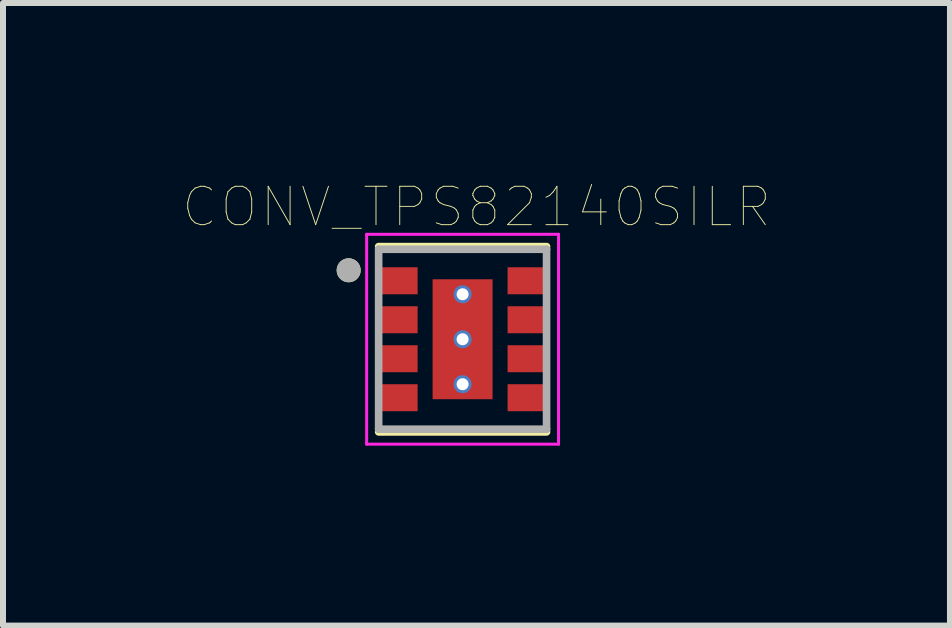
<source format=kicad_pcb>
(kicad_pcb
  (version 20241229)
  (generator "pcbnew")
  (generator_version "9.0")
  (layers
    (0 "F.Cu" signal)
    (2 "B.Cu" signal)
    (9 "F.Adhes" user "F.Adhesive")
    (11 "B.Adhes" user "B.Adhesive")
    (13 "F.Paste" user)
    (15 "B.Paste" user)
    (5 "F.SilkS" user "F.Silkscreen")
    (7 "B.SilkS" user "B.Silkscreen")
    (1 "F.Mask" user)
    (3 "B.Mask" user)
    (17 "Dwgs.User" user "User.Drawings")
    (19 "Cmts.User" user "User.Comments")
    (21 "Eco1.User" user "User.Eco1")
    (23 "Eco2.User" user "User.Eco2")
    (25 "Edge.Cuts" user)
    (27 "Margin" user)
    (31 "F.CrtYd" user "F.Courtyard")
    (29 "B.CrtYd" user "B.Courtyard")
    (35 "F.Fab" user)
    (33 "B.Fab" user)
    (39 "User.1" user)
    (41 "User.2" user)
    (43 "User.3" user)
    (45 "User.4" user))
  (footprint "CONV_TPS82140SILR"
    (layer "F.Cu")
    (at 4.664 2.607)
    (property "Reference" "CONV_TPS82140SILR" (at 0.232 -2.206 0) (layer "F.SilkS") (effects (font (size 0.64 0.64) (thickness 0.015))))
    (attr smd)
    (fp_poly (pts (xy -0.55 -0.95) (xy 0.55 -0.95) (xy 0.55 0.95) (xy -0.55 0.95)) (stroke (width 0.01) (type solid)) (fill yes) (layer "F.Mask"))
    (fp_poly (pts (xy -0.85 -0.775) (xy -1.25 -0.775) (xy -1.253 -0.775) (xy -1.255 -0.775) (xy -1.258 -0.776) (xy -1.26 -0.776) (xy -1.263 -0.777) (xy -1.265 -0.777) (xy -1.268 -0.778) (xy -1.27 -0.779) (xy -1.273 -0.78) (xy -1.275 -0.782) (xy -1.277 -0.783) (xy -1.279 -0.785) (xy -1.281 -0.786) (xy -1.283 -0.788) (xy -1.285 -0.79) (xy -1.287 -0.792) (xy -1.289 -0.794) (xy -1.29 -0.796) (xy -1.292 -0.798) (xy -1.293 -0.8) (xy -1.295 -0.802) (xy -1.296 -0.805) (xy -1.297 -0.807) (xy -1.298 -0.81) (xy -1.298 -0.812) (xy -1.299 -0.815) (xy -1.299 -0.817) (xy -1.3 -0.82) (xy -1.3 -0.822) (xy -1.3 -0.825) (xy -1.3 -1.125) (xy -1.3 -1.128) (xy -1.3 -1.13) (xy -1.299 -1.133) (xy -1.299 -1.135) (xy -1.298 -1.138) (xy -1.298 -1.14) (xy -1.297 -1.143) (xy -1.296 -1.145) (xy -1.295 -1.148) (xy -1.293 -1.15) (xy -1.292 -1.152) (xy -1.29 -1.154) (xy -1.289 -1.156) (xy -1.287 -1.158) (xy -1.285 -1.16) (xy -1.283 -1.162) (xy -1.281 -1.164) (xy -1.279 -1.165) (xy -1.277 -1.167) (xy -1.275 -1.168) (xy -1.273 -1.17) (xy -1.27 -1.171) (xy -1.268 -1.172) (xy -1.265 -1.173) (xy -1.263 -1.173) (xy -1.26 -1.174) (xy -1.258 -1.174) (xy -1.255 -1.175) (xy -1.253 -1.175) (xy -1.25 -1.175) (xy -0.85 -1.175) (xy -0.847 -1.175) (xy -0.845 -1.175) (xy -0.842 -1.174) (xy -0.84 -1.174) (xy -0.837 -1.173) (xy -0.835 -1.173) (xy -0.832 -1.172) (xy -0.83 -1.171) (xy -0.827 -1.17) (xy -0.825 -1.168) (xy -0.823 -1.167) (xy -0.821 -1.165) (xy -0.819 -1.164) (xy -0.817 -1.162) (xy -0.815 -1.16) (xy -0.813 -1.158) (xy -0.811 -1.156) (xy -0.81 -1.154) (xy -0.808 -1.152) (xy -0.807 -1.15) (xy -0.805 -1.148) (xy -0.804 -1.145) (xy -0.803 -1.143) (xy -0.802 -1.14) (xy -0.802 -1.138) (xy -0.801 -1.135) (xy -0.801 -1.133) (xy -0.8 -1.13) (xy -0.8 -1.128) (xy -0.8 -1.125) (xy -0.8 -0.825) (xy -0.8 -0.822) (xy -0.8 -0.82) (xy -0.801 -0.817) (xy -0.801 -0.815) (xy -0.802 -0.812) (xy -0.802 -0.81) (xy -0.803 -0.807) (xy -0.804 -0.805) (xy -0.805 -0.802) (xy -0.807 -0.8) (xy -0.808 -0.798) (xy -0.81 -0.796) (xy -0.811 -0.794) (xy -0.813 -0.792) (xy -0.815 -0.79) (xy -0.817 -0.788) (xy -0.819 -0.786) (xy -0.821 -0.785) (xy -0.823 -0.783) (xy -0.825 -0.782) (xy -0.827 -0.78) (xy -0.83 -0.779) (xy -0.832 -0.778) (xy -0.835 -0.777) (xy -0.837 -0.777) (xy -0.84 -0.776) (xy -0.842 -0.776) (xy -0.845 -0.775) (xy -0.847 -0.775) (xy -0.85 -0.775)) (stroke (width 0.01) (type solid)) (fill yes) (layer "F.Mask"))
    (fp_poly (pts (xy -0.85 -0.125) (xy -1.25 -0.125) (xy -1.253 -0.125) (xy -1.255 -0.125) (xy -1.258 -0.126) (xy -1.26 -0.126) (xy -1.263 -0.127) (xy -1.265 -0.127) (xy -1.268 -0.128) (xy -1.27 -0.129) (xy -1.273 -0.13) (xy -1.275 -0.132) (xy -1.277 -0.133) (xy -1.279 -0.135) (xy -1.281 -0.136) (xy -1.283 -0.138) (xy -1.285 -0.14) (xy -1.287 -0.142) (xy -1.289 -0.144) (xy -1.29 -0.146) (xy -1.292 -0.148) (xy -1.293 -0.15) (xy -1.295 -0.152) (xy -1.296 -0.155) (xy -1.297 -0.157) (xy -1.298 -0.16) (xy -1.298 -0.162) (xy -1.299 -0.165) (xy -1.299 -0.167) (xy -1.3 -0.17) (xy -1.3 -0.172) (xy -1.3 -0.175) (xy -1.3 -0.475) (xy -1.3 -0.478) (xy -1.3 -0.48) (xy -1.299 -0.483) (xy -1.299 -0.485) (xy -1.298 -0.488) (xy -1.298 -0.49) (xy -1.297 -0.493) (xy -1.296 -0.495) (xy -1.295 -0.498) (xy -1.293 -0.5) (xy -1.292 -0.502) (xy -1.29 -0.504) (xy -1.289 -0.506) (xy -1.287 -0.508) (xy -1.285 -0.51) (xy -1.283 -0.512) (xy -1.281 -0.514) (xy -1.279 -0.515) (xy -1.277 -0.517) (xy -1.275 -0.518) (xy -1.273 -0.52) (xy -1.27 -0.521) (xy -1.268 -0.522) (xy -1.265 -0.523) (xy -1.263 -0.523) (xy -1.26 -0.524) (xy -1.258 -0.524) (xy -1.255 -0.525) (xy -1.253 -0.525) (xy -1.25 -0.525) (xy -0.85 -0.525) (xy -0.847 -0.525) (xy -0.845 -0.525) (xy -0.842 -0.524) (xy -0.84 -0.524) (xy -0.837 -0.523) (xy -0.835 -0.523) (xy -0.832 -0.522) (xy -0.83 -0.521) (xy -0.827 -0.52) (xy -0.825 -0.518) (xy -0.823 -0.517) (xy -0.821 -0.515) (xy -0.819 -0.514) (xy -0.817 -0.512) (xy -0.815 -0.51) (xy -0.813 -0.508) (xy -0.811 -0.506) (xy -0.81 -0.504) (xy -0.808 -0.502) (xy -0.807 -0.5) (xy -0.805 -0.498) (xy -0.804 -0.495) (xy -0.803 -0.493) (xy -0.802 -0.49) (xy -0.802 -0.488) (xy -0.801 -0.485) (xy -0.801 -0.483) (xy -0.8 -0.48) (xy -0.8 -0.478) (xy -0.8 -0.475) (xy -0.8 -0.175) (xy -0.8 -0.172) (xy -0.8 -0.17) (xy -0.801 -0.167) (xy -0.801 -0.165) (xy -0.802 -0.162) (xy -0.802 -0.16) (xy -0.803 -0.157) (xy -0.804 -0.155) (xy -0.805 -0.152) (xy -0.807 -0.15) (xy -0.808 -0.148) (xy -0.81 -0.146) (xy -0.811 -0.144) (xy -0.813 -0.142) (xy -0.815 -0.14) (xy -0.817 -0.138) (xy -0.819 -0.136) (xy -0.821 -0.135) (xy -0.823 -0.133) (xy -0.825 -0.132) (xy -0.827 -0.13) (xy -0.83 -0.129) (xy -0.832 -0.128) (xy -0.835 -0.127) (xy -0.837 -0.127) (xy -0.84 -0.126) (xy -0.842 -0.126) (xy -0.845 -0.125) (xy -0.847 -0.125) (xy -0.85 -0.125)) (stroke (width 0.01) (type solid)) (fill yes) (layer "F.Mask"))
    (fp_poly (pts (xy -0.85 0.525) (xy -1.25 0.525) (xy -1.253 0.525) (xy -1.255 0.525) (xy -1.258 0.524) (xy -1.26 0.524) (xy -1.263 0.523) (xy -1.265 0.523) (xy -1.268 0.522) (xy -1.27 0.521) (xy -1.273 0.52) (xy -1.275 0.518) (xy -1.277 0.517) (xy -1.279 0.515) (xy -1.281 0.514) (xy -1.283 0.512) (xy -1.285 0.51) (xy -1.287 0.508) (xy -1.289 0.506) (xy -1.29 0.504) (xy -1.292 0.502) (xy -1.293 0.5) (xy -1.295 0.498) (xy -1.296 0.495) (xy -1.297 0.493) (xy -1.298 0.49) (xy -1.298 0.488) (xy -1.299 0.485) (xy -1.299 0.483) (xy -1.3 0.48) (xy -1.3 0.478) (xy -1.3 0.475) (xy -1.3 0.175) (xy -1.3 0.172) (xy -1.3 0.17) (xy -1.299 0.167) (xy -1.299 0.165) (xy -1.298 0.162) (xy -1.298 0.16) (xy -1.297 0.157) (xy -1.296 0.155) (xy -1.295 0.152) (xy -1.293 0.15) (xy -1.292 0.148) (xy -1.29 0.146) (xy -1.289 0.144) (xy -1.287 0.142) (xy -1.285 0.14) (xy -1.283 0.138) (xy -1.281 0.136) (xy -1.279 0.135) (xy -1.277 0.133) (xy -1.275 0.132) (xy -1.273 0.13) (xy -1.27 0.129) (xy -1.268 0.128) (xy -1.265 0.127) (xy -1.263 0.127) (xy -1.26 0.126) (xy -1.258 0.126) (xy -1.255 0.125) (xy -1.253 0.125) (xy -1.25 0.125) (xy -0.85 0.125) (xy -0.847 0.125) (xy -0.845 0.125) (xy -0.842 0.126) (xy -0.84 0.126) (xy -0.837 0.127) (xy -0.835 0.127) (xy -0.832 0.128) (xy -0.83 0.129) (xy -0.827 0.13) (xy -0.825 0.132) (xy -0.823 0.133) (xy -0.821 0.135) (xy -0.819 0.136) (xy -0.817 0.138) (xy -0.815 0.14) (xy -0.813 0.142) (xy -0.811 0.144) (xy -0.81 0.146) (xy -0.808 0.148) (xy -0.807 0.15) (xy -0.805 0.152) (xy -0.804 0.155) (xy -0.803 0.157) (xy -0.802 0.16) (xy -0.802 0.162) (xy -0.801 0.165) (xy -0.801 0.167) (xy -0.8 0.17) (xy -0.8 0.172) (xy -0.8 0.175) (xy -0.8 0.475) (xy -0.8 0.478) (xy -0.8 0.48) (xy -0.801 0.483) (xy -0.801 0.485) (xy -0.802 0.488) (xy -0.802 0.49) (xy -0.803 0.493) (xy -0.804 0.495) (xy -0.805 0.498) (xy -0.807 0.5) (xy -0.808 0.502) (xy -0.81 0.504) (xy -0.811 0.506) (xy -0.813 0.508) (xy -0.815 0.51) (xy -0.817 0.512) (xy -0.819 0.514) (xy -0.821 0.515) (xy -0.823 0.517) (xy -0.825 0.518) (xy -0.827 0.52) (xy -0.83 0.521) (xy -0.832 0.522) (xy -0.835 0.523) (xy -0.837 0.523) (xy -0.84 0.524) (xy -0.842 0.524) (xy -0.845 0.525) (xy -0.847 0.525) (xy -0.85 0.525)) (stroke (width 0.01) (type solid)) (fill yes) (layer "F.Mask"))
    (fp_poly (pts (xy -0.85 1.175) (xy -1.25 1.175) (xy -1.253 1.175) (xy -1.255 1.175) (xy -1.258 1.174) (xy -1.26 1.174) (xy -1.263 1.173) (xy -1.265 1.173) (xy -1.268 1.172) (xy -1.27 1.171) (xy -1.273 1.17) (xy -1.275 1.168) (xy -1.277 1.167) (xy -1.279 1.165) (xy -1.281 1.164) (xy -1.283 1.162) (xy -1.285 1.16) (xy -1.287 1.158) (xy -1.289 1.156) (xy -1.29 1.154) (xy -1.292 1.152) (xy -1.293 1.15) (xy -1.295 1.148) (xy -1.296 1.145) (xy -1.297 1.143) (xy -1.298 1.14) (xy -1.298 1.138) (xy -1.299 1.135) (xy -1.299 1.133) (xy -1.3 1.13) (xy -1.3 1.128) (xy -1.3 1.125) (xy -1.3 0.825) (xy -1.3 0.822) (xy -1.3 0.82) (xy -1.299 0.817) (xy -1.299 0.815) (xy -1.298 0.812) (xy -1.298 0.81) (xy -1.297 0.807) (xy -1.296 0.805) (xy -1.295 0.802) (xy -1.293 0.8) (xy -1.292 0.798) (xy -1.29 0.796) (xy -1.289 0.794) (xy -1.287 0.792) (xy -1.285 0.79) (xy -1.283 0.788) (xy -1.281 0.786) (xy -1.279 0.785) (xy -1.277 0.783) (xy -1.275 0.782) (xy -1.273 0.78) (xy -1.27 0.779) (xy -1.268 0.778) (xy -1.265 0.777) (xy -1.263 0.777) (xy -1.26 0.776) (xy -1.258 0.776) (xy -1.255 0.775) (xy -1.253 0.775) (xy -1.25 0.775) (xy -0.85 0.775) (xy -0.847 0.775) (xy -0.845 0.775) (xy -0.842 0.776) (xy -0.84 0.776) (xy -0.837 0.777) (xy -0.835 0.777) (xy -0.832 0.778) (xy -0.83 0.779) (xy -0.827 0.78) (xy -0.825 0.782) (xy -0.823 0.783) (xy -0.821 0.785) (xy -0.819 0.786) (xy -0.817 0.788) (xy -0.815 0.79) (xy -0.813 0.792) (xy -0.811 0.794) (xy -0.81 0.796) (xy -0.808 0.798) (xy -0.807 0.8) (xy -0.805 0.802) (xy -0.804 0.805) (xy -0.803 0.807) (xy -0.802 0.81) (xy -0.802 0.812) (xy -0.801 0.815) (xy -0.801 0.817) (xy -0.8 0.82) (xy -0.8 0.822) (xy -0.8 0.825) (xy -0.8 1.125) (xy -0.8 1.128) (xy -0.8 1.13) (xy -0.801 1.133) (xy -0.801 1.135) (xy -0.802 1.138) (xy -0.802 1.14) (xy -0.803 1.143) (xy -0.804 1.145) (xy -0.805 1.148) (xy -0.807 1.15) (xy -0.808 1.152) (xy -0.81 1.154) (xy -0.811 1.156) (xy -0.813 1.158) (xy -0.815 1.16) (xy -0.817 1.162) (xy -0.819 1.164) (xy -0.821 1.165) (xy -0.823 1.167) (xy -0.825 1.168) (xy -0.827 1.17) (xy -0.83 1.171) (xy -0.832 1.172) (xy -0.835 1.173) (xy -0.837 1.173) (xy -0.84 1.174) (xy -0.842 1.174) (xy -0.845 1.175) (xy -0.847 1.175) (xy -0.85 1.175)) (stroke (width 0.01) (type solid)) (fill yes) (layer "F.Mask"))
    (fp_poly (pts (xy 1.25 -0.775) (xy 0.85 -0.775) (xy 0.847 -0.775) (xy 0.845 -0.775) (xy 0.842 -0.776) (xy 0.84 -0.776) (xy 0.837 -0.777) (xy 0.835 -0.777) (xy 0.832 -0.778) (xy 0.83 -0.779) (xy 0.827 -0.78) (xy 0.825 -0.782) (xy 0.823 -0.783) (xy 0.821 -0.785) (xy 0.819 -0.786) (xy 0.817 -0.788) (xy 0.815 -0.79) (xy 0.813 -0.792) (xy 0.811 -0.794) (xy 0.81 -0.796) (xy 0.808 -0.798) (xy 0.807 -0.8) (xy 0.805 -0.802) (xy 0.804 -0.805) (xy 0.803 -0.807) (xy 0.802 -0.81) (xy 0.802 -0.812) (xy 0.801 -0.815) (xy 0.801 -0.817) (xy 0.8 -0.82) (xy 0.8 -0.822) (xy 0.8 -0.825) (xy 0.8 -1.125) (xy 0.8 -1.128) (xy 0.8 -1.13) (xy 0.801 -1.133) (xy 0.801 -1.135) (xy 0.802 -1.138) (xy 0.802 -1.14) (xy 0.803 -1.143) (xy 0.804 -1.145) (xy 0.805 -1.148) (xy 0.807 -1.15) (xy 0.808 -1.152) (xy 0.81 -1.154) (xy 0.811 -1.156) (xy 0.813 -1.158) (xy 0.815 -1.16) (xy 0.817 -1.162) (xy 0.819 -1.164) (xy 0.821 -1.165) (xy 0.823 -1.167) (xy 0.825 -1.168) (xy 0.827 -1.17) (xy 0.83 -1.171) (xy 0.832 -1.172) (xy 0.835 -1.173) (xy 0.837 -1.173) (xy 0.84 -1.174) (xy 0.842 -1.174) (xy 0.845 -1.175) (xy 0.847 -1.175) (xy 0.85 -1.175) (xy 1.25 -1.175) (xy 1.253 -1.175) (xy 1.255 -1.175) (xy 1.258 -1.174) (xy 1.26 -1.174) (xy 1.263 -1.173) (xy 1.265 -1.173) (xy 1.268 -1.172) (xy 1.27 -1.171) (xy 1.273 -1.17) (xy 1.275 -1.168) (xy 1.277 -1.167) (xy 1.279 -1.165) (xy 1.281 -1.164) (xy 1.283 -1.162) (xy 1.285 -1.16) (xy 1.287 -1.158) (xy 1.289 -1.156) (xy 1.29 -1.154) (xy 1.292 -1.152) (xy 1.293 -1.15) (xy 1.295 -1.148) (xy 1.296 -1.145) (xy 1.297 -1.143) (xy 1.298 -1.14) (xy 1.298 -1.138) (xy 1.299 -1.135) (xy 1.299 -1.133) (xy 1.3 -1.13) (xy 1.3 -1.128) (xy 1.3 -1.125) (xy 1.3 -0.825) (xy 1.3 -0.822) (xy 1.3 -0.82) (xy 1.299 -0.817) (xy 1.299 -0.815) (xy 1.298 -0.812) (xy 1.298 -0.81) (xy 1.297 -0.807) (xy 1.296 -0.805) (xy 1.295 -0.802) (xy 1.293 -0.8) (xy 1.292 -0.798) (xy 1.29 -0.796) (xy 1.289 -0.794) (xy 1.287 -0.792) (xy 1.285 -0.79) (xy 1.283 -0.788) (xy 1.281 -0.786) (xy 1.279 -0.785) (xy 1.277 -0.783) (xy 1.275 -0.782) (xy 1.273 -0.78) (xy 1.27 -0.779) (xy 1.268 -0.778) (xy 1.265 -0.777) (xy 1.263 -0.777) (xy 1.26 -0.776) (xy 1.258 -0.776) (xy 1.255 -0.775) (xy 1.253 -0.775) (xy 1.25 -0.775)) (stroke (width 0.01) (type solid)) (fill yes) (layer "F.Mask"))
    (fp_poly (pts (xy 1.25 -0.125) (xy 0.85 -0.125) (xy 0.847 -0.125) (xy 0.845 -0.125) (xy 0.842 -0.126) (xy 0.84 -0.126) (xy 0.837 -0.127) (xy 0.835 -0.127) (xy 0.832 -0.128) (xy 0.83 -0.129) (xy 0.827 -0.13) (xy 0.825 -0.132) (xy 0.823 -0.133) (xy 0.821 -0.135) (xy 0.819 -0.136) (xy 0.817 -0.138) (xy 0.815 -0.14) (xy 0.813 -0.142) (xy 0.811 -0.144) (xy 0.81 -0.146) (xy 0.808 -0.148) (xy 0.807 -0.15) (xy 0.805 -0.152) (xy 0.804 -0.155) (xy 0.803 -0.157) (xy 0.802 -0.16) (xy 0.802 -0.162) (xy 0.801 -0.165) (xy 0.801 -0.167) (xy 0.8 -0.17) (xy 0.8 -0.172) (xy 0.8 -0.175) (xy 0.8 -0.475) (xy 0.8 -0.478) (xy 0.8 -0.48) (xy 0.801 -0.483) (xy 0.801 -0.485) (xy 0.802 -0.488) (xy 0.802 -0.49) (xy 0.803 -0.493) (xy 0.804 -0.495) (xy 0.805 -0.498) (xy 0.807 -0.5) (xy 0.808 -0.502) (xy 0.81 -0.504) (xy 0.811 -0.506) (xy 0.813 -0.508) (xy 0.815 -0.51) (xy 0.817 -0.512) (xy 0.819 -0.514) (xy 0.821 -0.515) (xy 0.823 -0.517) (xy 0.825 -0.518) (xy 0.827 -0.52) (xy 0.83 -0.521) (xy 0.832 -0.522) (xy 0.835 -0.523) (xy 0.837 -0.523) (xy 0.84 -0.524) (xy 0.842 -0.524) (xy 0.845 -0.525) (xy 0.847 -0.525) (xy 0.85 -0.525) (xy 1.25 -0.525) (xy 1.253 -0.525) (xy 1.255 -0.525) (xy 1.258 -0.524) (xy 1.26 -0.524) (xy 1.263 -0.523) (xy 1.265 -0.523) (xy 1.268 -0.522) (xy 1.27 -0.521) (xy 1.273 -0.52) (xy 1.275 -0.518) (xy 1.277 -0.517) (xy 1.279 -0.515) (xy 1.281 -0.514) (xy 1.283 -0.512) (xy 1.285 -0.51) (xy 1.287 -0.508) (xy 1.289 -0.506) (xy 1.29 -0.504) (xy 1.292 -0.502) (xy 1.293 -0.5) (xy 1.295 -0.498) (xy 1.296 -0.495) (xy 1.297 -0.493) (xy 1.298 -0.49) (xy 1.298 -0.488) (xy 1.299 -0.485) (xy 1.299 -0.483) (xy 1.3 -0.48) (xy 1.3 -0.478) (xy 1.3 -0.475) (xy 1.3 -0.175) (xy 1.3 -0.172) (xy 1.3 -0.17) (xy 1.299 -0.167) (xy 1.299 -0.165) (xy 1.298 -0.162) (xy 1.298 -0.16) (xy 1.297 -0.157) (xy 1.296 -0.155) (xy 1.295 -0.152) (xy 1.293 -0.15) (xy 1.292 -0.148) (xy 1.29 -0.146) (xy 1.289 -0.144) (xy 1.287 -0.142) (xy 1.285 -0.14) (xy 1.283 -0.138) (xy 1.281 -0.136) (xy 1.279 -0.135) (xy 1.277 -0.133) (xy 1.275 -0.132) (xy 1.273 -0.13) (xy 1.27 -0.129) (xy 1.268 -0.128) (xy 1.265 -0.127) (xy 1.263 -0.127) (xy 1.26 -0.126) (xy 1.258 -0.126) (xy 1.255 -0.125) (xy 1.253 -0.125) (xy 1.25 -0.125)) (stroke (width 0.01) (type solid)) (fill yes) (layer "F.Mask"))
    (fp_poly (pts (xy 1.25 0.525) (xy 0.85 0.525) (xy 0.847 0.525) (xy 0.845 0.525) (xy 0.842 0.524) (xy 0.84 0.524) (xy 0.837 0.523) (xy 0.835 0.523) (xy 0.832 0.522) (xy 0.83 0.521) (xy 0.827 0.52) (xy 0.825 0.518) (xy 0.823 0.517) (xy 0.821 0.515) (xy 0.819 0.514) (xy 0.817 0.512) (xy 0.815 0.51) (xy 0.813 0.508) (xy 0.811 0.506) (xy 0.81 0.504) (xy 0.808 0.502) (xy 0.807 0.5) (xy 0.805 0.498) (xy 0.804 0.495) (xy 0.803 0.493) (xy 0.802 0.49) (xy 0.802 0.488) (xy 0.801 0.485) (xy 0.801 0.483) (xy 0.8 0.48) (xy 0.8 0.478) (xy 0.8 0.475) (xy 0.8 0.175) (xy 0.8 0.172) (xy 0.8 0.17) (xy 0.801 0.167) (xy 0.801 0.165) (xy 0.802 0.162) (xy 0.802 0.16) (xy 0.803 0.157) (xy 0.804 0.155) (xy 0.805 0.152) (xy 0.807 0.15) (xy 0.808 0.148) (xy 0.81 0.146) (xy 0.811 0.144) (xy 0.813 0.142) (xy 0.815 0.14) (xy 0.817 0.138) (xy 0.819 0.136) (xy 0.821 0.135) (xy 0.823 0.133) (xy 0.825 0.132) (xy 0.827 0.13) (xy 0.83 0.129) (xy 0.832 0.128) (xy 0.835 0.127) (xy 0.837 0.127) (xy 0.84 0.126) (xy 0.842 0.126) (xy 0.845 0.125) (xy 0.847 0.125) (xy 0.85 0.125) (xy 1.25 0.125) (xy 1.253 0.125) (xy 1.255 0.125) (xy 1.258 0.126) (xy 1.26 0.126) (xy 1.263 0.127) (xy 1.265 0.127) (xy 1.268 0.128) (xy 1.27 0.129) (xy 1.273 0.13) (xy 1.275 0.132) (xy 1.277 0.133) (xy 1.279 0.135) (xy 1.281 0.136) (xy 1.283 0.138) (xy 1.285 0.14) (xy 1.287 0.142) (xy 1.289 0.144) (xy 1.29 0.146) (xy 1.292 0.148) (xy 1.293 0.15) (xy 1.295 0.152) (xy 1.296 0.155) (xy 1.297 0.157) (xy 1.298 0.16) (xy 1.298 0.162) (xy 1.299 0.165) (xy 1.299 0.167) (xy 1.3 0.17) (xy 1.3 0.172) (xy 1.3 0.175) (xy 1.3 0.475) (xy 1.3 0.478) (xy 1.3 0.48) (xy 1.299 0.483) (xy 1.299 0.485) (xy 1.298 0.488) (xy 1.298 0.49) (xy 1.297 0.493) (xy 1.296 0.495) (xy 1.295 0.498) (xy 1.293 0.5) (xy 1.292 0.502) (xy 1.29 0.504) (xy 1.289 0.506) (xy 1.287 0.508) (xy 1.285 0.51) (xy 1.283 0.512) (xy 1.281 0.514) (xy 1.279 0.515) (xy 1.277 0.517) (xy 1.275 0.518) (xy 1.273 0.52) (xy 1.27 0.521) (xy 1.268 0.522) (xy 1.265 0.523) (xy 1.263 0.523) (xy 1.26 0.524) (xy 1.258 0.524) (xy 1.255 0.525) (xy 1.253 0.525) (xy 1.25 0.525)) (stroke (width 0.01) (type solid)) (fill yes) (layer "F.Mask"))
    (fp_poly (pts (xy 1.25 1.175) (xy 0.85 1.175) (xy 0.847 1.175) (xy 0.845 1.175) (xy 0.842 1.174) (xy 0.84 1.174) (xy 0.837 1.173) (xy 0.835 1.173) (xy 0.832 1.172) (xy 0.83 1.171) (xy 0.827 1.17) (xy 0.825 1.168) (xy 0.823 1.167) (xy 0.821 1.165) (xy 0.819 1.164) (xy 0.817 1.162) (xy 0.815 1.16) (xy 0.813 1.158) (xy 0.811 1.156) (xy 0.81 1.154) (xy 0.808 1.152) (xy 0.807 1.15) (xy 0.805 1.148) (xy 0.804 1.145) (xy 0.803 1.143) (xy 0.802 1.14) (xy 0.802 1.138) (xy 0.801 1.135) (xy 0.801 1.133) (xy 0.8 1.13) (xy 0.8 1.128) (xy 0.8 1.125) (xy 0.8 0.825) (xy 0.8 0.822) (xy 0.8 0.82) (xy 0.801 0.817) (xy 0.801 0.815) (xy 0.802 0.812) (xy 0.802 0.81) (xy 0.803 0.807) (xy 0.804 0.805) (xy 0.805 0.802) (xy 0.807 0.8) (xy 0.808 0.798) (xy 0.81 0.796) (xy 0.811 0.794) (xy 0.813 0.792) (xy 0.815 0.79) (xy 0.817 0.788) (xy 0.819 0.786) (xy 0.821 0.785) (xy 0.823 0.783) (xy 0.825 0.782) (xy 0.827 0.78) (xy 0.83 0.779) (xy 0.832 0.778) (xy 0.835 0.777) (xy 0.837 0.777) (xy 0.84 0.776) (xy 0.842 0.776) (xy 0.845 0.775) (xy 0.847 0.775) (xy 0.85 0.775) (xy 1.25 0.775) (xy 1.253 0.775) (xy 1.255 0.775) (xy 1.258 0.776) (xy 1.26 0.776) (xy 1.263 0.777) (xy 1.265 0.777) (xy 1.268 0.778) (xy 1.27 0.779) (xy 1.273 0.78) (xy 1.275 0.782) (xy 1.277 0.783) (xy 1.279 0.785) (xy 1.281 0.786) (xy 1.283 0.788) (xy 1.285 0.79) (xy 1.287 0.792) (xy 1.289 0.794) (xy 1.29 0.796) (xy 1.292 0.798) (xy 1.293 0.8) (xy 1.295 0.802) (xy 1.296 0.805) (xy 1.297 0.807) (xy 1.298 0.81) (xy 1.298 0.812) (xy 1.299 0.815) (xy 1.299 0.817) (xy 1.3 0.82) (xy 1.3 0.822) (xy 1.3 0.825) (xy 1.3 1.125) (xy 1.3 1.128) (xy 1.3 1.13) (xy 1.299 1.133) (xy 1.299 1.135) (xy 1.298 1.138) (xy 1.298 1.14) (xy 1.297 1.143) (xy 1.296 1.145) (xy 1.295 1.148) (xy 1.293 1.15) (xy 1.292 1.152) (xy 1.29 1.154) (xy 1.289 1.156) (xy 1.287 1.158) (xy 1.285 1.16) (xy 1.283 1.162) (xy 1.281 1.164) (xy 1.279 1.165) (xy 1.277 1.167) (xy 1.275 1.168) (xy 1.273 1.17) (xy 1.27 1.171) (xy 1.268 1.172) (xy 1.265 1.173) (xy 1.263 1.173) (xy 1.26 1.174) (xy 1.258 1.174) (xy 1.255 1.175) (xy 1.253 1.175) (xy 1.25 1.175)) (stroke (width 0.01) (type solid)) (fill yes) (layer "F.Mask"))
    (fp_line (start -1.4 1.545) (end 1.4 1.545) (stroke (width 0.127) (type solid)) (layer "F.SilkS"))
    (fp_line (start 1.4 -1.545) (end -1.4 -1.545) (stroke (width 0.127) (type solid)) (layer "F.SilkS"))
    (fp_circle (center -1.9 -1.15) (end -1.8 -1.15) (stroke (width 0.2) (type solid)) (fill no) (layer "F.SilkS"))
    (fp_poly (pts (xy -0.52 -0.95) (xy 0.52 -0.95) (xy 0.52 -0.1) (xy -0.52 -0.1)) (stroke (width 0.01) (type solid)) (fill yes) (layer "F.Paste"))
    (fp_poly (pts (xy -0.52 0.1) (xy 0.52 0.1) (xy 0.52 0.95) (xy -0.52 0.95)) (stroke (width 0.01) (type solid)) (fill yes) (layer "F.Paste"))
    (fp_poly (pts (xy -0.85 -0.775) (xy -1.25 -0.775) (xy -1.253 -0.775) (xy -1.255 -0.775) (xy -1.258 -0.776) (xy -1.26 -0.776) (xy -1.263 -0.777) (xy -1.265 -0.777) (xy -1.268 -0.778) (xy -1.27 -0.779) (xy -1.273 -0.78) (xy -1.275 -0.782) (xy -1.277 -0.783) (xy -1.279 -0.785) (xy -1.281 -0.786) (xy -1.283 -0.788) (xy -1.285 -0.79) (xy -1.287 -0.792) (xy -1.289 -0.794) (xy -1.29 -0.796) (xy -1.292 -0.798) (xy -1.293 -0.8) (xy -1.295 -0.802) (xy -1.296 -0.805) (xy -1.297 -0.807) (xy -1.298 -0.81) (xy -1.298 -0.812) (xy -1.299 -0.815) (xy -1.299 -0.817) (xy -1.3 -0.82) (xy -1.3 -0.822) (xy -1.3 -0.825) (xy -1.3 -1.125) (xy -1.3 -1.128) (xy -1.3 -1.13) (xy -1.299 -1.133) (xy -1.299 -1.135) (xy -1.298 -1.138) (xy -1.298 -1.14) (xy -1.297 -1.143) (xy -1.296 -1.145) (xy -1.295 -1.148) (xy -1.293 -1.15) (xy -1.292 -1.152) (xy -1.29 -1.154) (xy -1.289 -1.156) (xy -1.287 -1.158) (xy -1.285 -1.16) (xy -1.283 -1.162) (xy -1.281 -1.164) (xy -1.279 -1.165) (xy -1.277 -1.167) (xy -1.275 -1.168) (xy -1.273 -1.17) (xy -1.27 -1.171) (xy -1.268 -1.172) (xy -1.265 -1.173) (xy -1.263 -1.173) (xy -1.26 -1.174) (xy -1.258 -1.174) (xy -1.255 -1.175) (xy -1.253 -1.175) (xy -1.25 -1.175) (xy -0.85 -1.175) (xy -0.847 -1.175) (xy -0.845 -1.175) (xy -0.842 -1.174) (xy -0.84 -1.174) (xy -0.837 -1.173) (xy -0.835 -1.173) (xy -0.832 -1.172) (xy -0.83 -1.171) (xy -0.827 -1.17) (xy -0.825 -1.168) (xy -0.823 -1.167) (xy -0.821 -1.165) (xy -0.819 -1.164) (xy -0.817 -1.162) (xy -0.815 -1.16) (xy -0.813 -1.158) (xy -0.811 -1.156) (xy -0.81 -1.154) (xy -0.808 -1.152) (xy -0.807 -1.15) (xy -0.805 -1.148) (xy -0.804 -1.145) (xy -0.803 -1.143) (xy -0.802 -1.14) (xy -0.802 -1.138) (xy -0.801 -1.135) (xy -0.801 -1.133) (xy -0.8 -1.13) (xy -0.8 -1.128) (xy -0.8 -1.125) (xy -0.8 -0.825) (xy -0.8 -0.822) (xy -0.8 -0.82) (xy -0.801 -0.817) (xy -0.801 -0.815) (xy -0.802 -0.812) (xy -0.802 -0.81) (xy -0.803 -0.807) (xy -0.804 -0.805) (xy -0.805 -0.802) (xy -0.807 -0.8) (xy -0.808 -0.798) (xy -0.81 -0.796) (xy -0.811 -0.794) (xy -0.813 -0.792) (xy -0.815 -0.79) (xy -0.817 -0.788) (xy -0.819 -0.786) (xy -0.821 -0.785) (xy -0.823 -0.783) (xy -0.825 -0.782) (xy -0.827 -0.78) (xy -0.83 -0.779) (xy -0.832 -0.778) (xy -0.835 -0.777) (xy -0.837 -0.777) (xy -0.84 -0.776) (xy -0.842 -0.776) (xy -0.845 -0.775) (xy -0.847 -0.775) (xy -0.85 -0.775)) (stroke (width 0.01) (type solid)) (fill yes) (layer "F.Paste"))
    (fp_poly (pts (xy -0.85 -0.125) (xy -1.25 -0.125) (xy -1.253 -0.125) (xy -1.255 -0.125) (xy -1.258 -0.126) (xy -1.26 -0.126) (xy -1.263 -0.127) (xy -1.265 -0.127) (xy -1.268 -0.128) (xy -1.27 -0.129) (xy -1.273 -0.13) (xy -1.275 -0.132) (xy -1.277 -0.133) (xy -1.279 -0.135) (xy -1.281 -0.136) (xy -1.283 -0.138) (xy -1.285 -0.14) (xy -1.287 -0.142) (xy -1.289 -0.144) (xy -1.29 -0.146) (xy -1.292 -0.148) (xy -1.293 -0.15) (xy -1.295 -0.152) (xy -1.296 -0.155) (xy -1.297 -0.157) (xy -1.298 -0.16) (xy -1.298 -0.162) (xy -1.299 -0.165) (xy -1.299 -0.167) (xy -1.3 -0.17) (xy -1.3 -0.172) (xy -1.3 -0.175) (xy -1.3 -0.475) (xy -1.3 -0.478) (xy -1.3 -0.48) (xy -1.299 -0.483) (xy -1.299 -0.485) (xy -1.298 -0.488) (xy -1.298 -0.49) (xy -1.297 -0.493) (xy -1.296 -0.495) (xy -1.295 -0.498) (xy -1.293 -0.5) (xy -1.292 -0.502) (xy -1.29 -0.504) (xy -1.289 -0.506) (xy -1.287 -0.508) (xy -1.285 -0.51) (xy -1.283 -0.512) (xy -1.281 -0.514) (xy -1.279 -0.515) (xy -1.277 -0.517) (xy -1.275 -0.518) (xy -1.273 -0.52) (xy -1.27 -0.521) (xy -1.268 -0.522) (xy -1.265 -0.523) (xy -1.263 -0.523) (xy -1.26 -0.524) (xy -1.258 -0.524) (xy -1.255 -0.525) (xy -1.253 -0.525) (xy -1.25 -0.525) (xy -0.85 -0.525) (xy -0.847 -0.525) (xy -0.845 -0.525) (xy -0.842 -0.524) (xy -0.84 -0.524) (xy -0.837 -0.523) (xy -0.835 -0.523) (xy -0.832 -0.522) (xy -0.83 -0.521) (xy -0.827 -0.52) (xy -0.825 -0.518) (xy -0.823 -0.517) (xy -0.821 -0.515) (xy -0.819 -0.514) (xy -0.817 -0.512) (xy -0.815 -0.51) (xy -0.813 -0.508) (xy -0.811 -0.506) (xy -0.81 -0.504) (xy -0.808 -0.502) (xy -0.807 -0.5) (xy -0.805 -0.498) (xy -0.804 -0.495) (xy -0.803 -0.493) (xy -0.802 -0.49) (xy -0.802 -0.488) (xy -0.801 -0.485) (xy -0.801 -0.483) (xy -0.8 -0.48) (xy -0.8 -0.478) (xy -0.8 -0.475) (xy -0.8 -0.175) (xy -0.8 -0.172) (xy -0.8 -0.17) (xy -0.801 -0.167) (xy -0.801 -0.165) (xy -0.802 -0.162) (xy -0.802 -0.16) (xy -0.803 -0.157) (xy -0.804 -0.155) (xy -0.805 -0.152) (xy -0.807 -0.15) (xy -0.808 -0.148) (xy -0.81 -0.146) (xy -0.811 -0.144) (xy -0.813 -0.142) (xy -0.815 -0.14) (xy -0.817 -0.138) (xy -0.819 -0.136) (xy -0.821 -0.135) (xy -0.823 -0.133) (xy -0.825 -0.132) (xy -0.827 -0.13) (xy -0.83 -0.129) (xy -0.832 -0.128) (xy -0.835 -0.127) (xy -0.837 -0.127) (xy -0.84 -0.126) (xy -0.842 -0.126) (xy -0.845 -0.125) (xy -0.847 -0.125) (xy -0.85 -0.125)) (stroke (width 0.01) (type solid)) (fill yes) (layer "F.Paste"))
    (fp_poly (pts (xy -0.85 0.525) (xy -1.25 0.525) (xy -1.253 0.525) (xy -1.255 0.525) (xy -1.258 0.524) (xy -1.26 0.524) (xy -1.263 0.523) (xy -1.265 0.523) (xy -1.268 0.522) (xy -1.27 0.521) (xy -1.273 0.52) (xy -1.275 0.518) (xy -1.277 0.517) (xy -1.279 0.515) (xy -1.281 0.514) (xy -1.283 0.512) (xy -1.285 0.51) (xy -1.287 0.508) (xy -1.289 0.506) (xy -1.29 0.504) (xy -1.292 0.502) (xy -1.293 0.5) (xy -1.295 0.498) (xy -1.296 0.495) (xy -1.297 0.493) (xy -1.298 0.49) (xy -1.298 0.488) (xy -1.299 0.485) (xy -1.299 0.483) (xy -1.3 0.48) (xy -1.3 0.478) (xy -1.3 0.475) (xy -1.3 0.175) (xy -1.3 0.172) (xy -1.3 0.17) (xy -1.299 0.167) (xy -1.299 0.165) (xy -1.298 0.162) (xy -1.298 0.16) (xy -1.297 0.157) (xy -1.296 0.155) (xy -1.295 0.152) (xy -1.293 0.15) (xy -1.292 0.148) (xy -1.29 0.146) (xy -1.289 0.144) (xy -1.287 0.142) (xy -1.285 0.14) (xy -1.283 0.138) (xy -1.281 0.136) (xy -1.279 0.135) (xy -1.277 0.133) (xy -1.275 0.132) (xy -1.273 0.13) (xy -1.27 0.129) (xy -1.268 0.128) (xy -1.265 0.127) (xy -1.263 0.127) (xy -1.26 0.126) (xy -1.258 0.126) (xy -1.255 0.125) (xy -1.253 0.125) (xy -1.25 0.125) (xy -0.85 0.125) (xy -0.847 0.125) (xy -0.845 0.125) (xy -0.842 0.126) (xy -0.84 0.126) (xy -0.837 0.127) (xy -0.835 0.127) (xy -0.832 0.128) (xy -0.83 0.129) (xy -0.827 0.13) (xy -0.825 0.132) (xy -0.823 0.133) (xy -0.821 0.135) (xy -0.819 0.136) (xy -0.817 0.138) (xy -0.815 0.14) (xy -0.813 0.142) (xy -0.811 0.144) (xy -0.81 0.146) (xy -0.808 0.148) (xy -0.807 0.15) (xy -0.805 0.152) (xy -0.804 0.155) (xy -0.803 0.157) (xy -0.802 0.16) (xy -0.802 0.162) (xy -0.801 0.165) (xy -0.801 0.167) (xy -0.8 0.17) (xy -0.8 0.172) (xy -0.8 0.175) (xy -0.8 0.475) (xy -0.8 0.478) (xy -0.8 0.48) (xy -0.801 0.483) (xy -0.801 0.485) (xy -0.802 0.488) (xy -0.802 0.49) (xy -0.803 0.493) (xy -0.804 0.495) (xy -0.805 0.498) (xy -0.807 0.5) (xy -0.808 0.502) (xy -0.81 0.504) (xy -0.811 0.506) (xy -0.813 0.508) (xy -0.815 0.51) (xy -0.817 0.512) (xy -0.819 0.514) (xy -0.821 0.515) (xy -0.823 0.517) (xy -0.825 0.518) (xy -0.827 0.52) (xy -0.83 0.521) (xy -0.832 0.522) (xy -0.835 0.523) (xy -0.837 0.523) (xy -0.84 0.524) (xy -0.842 0.524) (xy -0.845 0.525) (xy -0.847 0.525) (xy -0.85 0.525)) (stroke (width 0.01) (type solid)) (fill yes) (layer "F.Paste"))
    (fp_poly (pts (xy -0.85 1.175) (xy -1.25 1.175) (xy -1.253 1.175) (xy -1.255 1.175) (xy -1.258 1.174) (xy -1.26 1.174) (xy -1.263 1.173) (xy -1.265 1.173) (xy -1.268 1.172) (xy -1.27 1.171) (xy -1.273 1.17) (xy -1.275 1.168) (xy -1.277 1.167) (xy -1.279 1.165) (xy -1.281 1.164) (xy -1.283 1.162) (xy -1.285 1.16) (xy -1.287 1.158) (xy -1.289 1.156) (xy -1.29 1.154) (xy -1.292 1.152) (xy -1.293 1.15) (xy -1.295 1.148) (xy -1.296 1.145) (xy -1.297 1.143) (xy -1.298 1.14) (xy -1.298 1.138) (xy -1.299 1.135) (xy -1.299 1.133) (xy -1.3 1.13) (xy -1.3 1.128) (xy -1.3 1.125) (xy -1.3 0.825) (xy -1.3 0.822) (xy -1.3 0.82) (xy -1.299 0.817) (xy -1.299 0.815) (xy -1.298 0.812) (xy -1.298 0.81) (xy -1.297 0.807) (xy -1.296 0.805) (xy -1.295 0.802) (xy -1.293 0.8) (xy -1.292 0.798) (xy -1.29 0.796) (xy -1.289 0.794) (xy -1.287 0.792) (xy -1.285 0.79) (xy -1.283 0.788) (xy -1.281 0.786) (xy -1.279 0.785) (xy -1.277 0.783) (xy -1.275 0.782) (xy -1.273 0.78) (xy -1.27 0.779) (xy -1.268 0.778) (xy -1.265 0.777) (xy -1.263 0.777) (xy -1.26 0.776) (xy -1.258 0.776) (xy -1.255 0.775) (xy -1.253 0.775) (xy -1.25 0.775) (xy -0.85 0.775) (xy -0.847 0.775) (xy -0.845 0.775) (xy -0.842 0.776) (xy -0.84 0.776) (xy -0.837 0.777) (xy -0.835 0.777) (xy -0.832 0.778) (xy -0.83 0.779) (xy -0.827 0.78) (xy -0.825 0.782) (xy -0.823 0.783) (xy -0.821 0.785) (xy -0.819 0.786) (xy -0.817 0.788) (xy -0.815 0.79) (xy -0.813 0.792) (xy -0.811 0.794) (xy -0.81 0.796) (xy -0.808 0.798) (xy -0.807 0.8) (xy -0.805 0.802) (xy -0.804 0.805) (xy -0.803 0.807) (xy -0.802 0.81) (xy -0.802 0.812) (xy -0.801 0.815) (xy -0.801 0.817) (xy -0.8 0.82) (xy -0.8 0.822) (xy -0.8 0.825) (xy -0.8 1.125) (xy -0.8 1.128) (xy -0.8 1.13) (xy -0.801 1.133) (xy -0.801 1.135) (xy -0.802 1.138) (xy -0.802 1.14) (xy -0.803 1.143) (xy -0.804 1.145) (xy -0.805 1.148) (xy -0.807 1.15) (xy -0.808 1.152) (xy -0.81 1.154) (xy -0.811 1.156) (xy -0.813 1.158) (xy -0.815 1.16) (xy -0.817 1.162) (xy -0.819 1.164) (xy -0.821 1.165) (xy -0.823 1.167) (xy -0.825 1.168) (xy -0.827 1.17) (xy -0.83 1.171) (xy -0.832 1.172) (xy -0.835 1.173) (xy -0.837 1.173) (xy -0.84 1.174) (xy -0.842 1.174) (xy -0.845 1.175) (xy -0.847 1.175) (xy -0.85 1.175)) (stroke (width 0.01) (type solid)) (fill yes) (layer "F.Paste"))
    (fp_poly (pts (xy 1.25 -0.775) (xy 0.85 -0.775) (xy 0.847 -0.775) (xy 0.845 -0.775) (xy 0.842 -0.776) (xy 0.84 -0.776) (xy 0.837 -0.777) (xy 0.835 -0.777) (xy 0.832 -0.778) (xy 0.83 -0.779) (xy 0.827 -0.78) (xy 0.825 -0.782) (xy 0.823 -0.783) (xy 0.821 -0.785) (xy 0.819 -0.786) (xy 0.817 -0.788) (xy 0.815 -0.79) (xy 0.813 -0.792) (xy 0.811 -0.794) (xy 0.81 -0.796) (xy 0.808 -0.798) (xy 0.807 -0.8) (xy 0.805 -0.802) (xy 0.804 -0.805) (xy 0.803 -0.807) (xy 0.802 -0.81) (xy 0.802 -0.812) (xy 0.801 -0.815) (xy 0.801 -0.817) (xy 0.8 -0.82) (xy 0.8 -0.822) (xy 0.8 -0.825) (xy 0.8 -1.125) (xy 0.8 -1.128) (xy 0.8 -1.13) (xy 0.801 -1.133) (xy 0.801 -1.135) (xy 0.802 -1.138) (xy 0.802 -1.14) (xy 0.803 -1.143) (xy 0.804 -1.145) (xy 0.805 -1.148) (xy 0.807 -1.15) (xy 0.808 -1.152) (xy 0.81 -1.154) (xy 0.811 -1.156) (xy 0.813 -1.158) (xy 0.815 -1.16) (xy 0.817 -1.162) (xy 0.819 -1.164) (xy 0.821 -1.165) (xy 0.823 -1.167) (xy 0.825 -1.168) (xy 0.827 -1.17) (xy 0.83 -1.171) (xy 0.832 -1.172) (xy 0.835 -1.173) (xy 0.837 -1.173) (xy 0.84 -1.174) (xy 0.842 -1.174) (xy 0.845 -1.175) (xy 0.847 -1.175) (xy 0.85 -1.175) (xy 1.25 -1.175) (xy 1.253 -1.175) (xy 1.255 -1.175) (xy 1.258 -1.174) (xy 1.26 -1.174) (xy 1.263 -1.173) (xy 1.265 -1.173) (xy 1.268 -1.172) (xy 1.27 -1.171) (xy 1.273 -1.17) (xy 1.275 -1.168) (xy 1.277 -1.167) (xy 1.279 -1.165) (xy 1.281 -1.164) (xy 1.283 -1.162) (xy 1.285 -1.16) (xy 1.287 -1.158) (xy 1.289 -1.156) (xy 1.29 -1.154) (xy 1.292 -1.152) (xy 1.293 -1.15) (xy 1.295 -1.148) (xy 1.296 -1.145) (xy 1.297 -1.143) (xy 1.298 -1.14) (xy 1.298 -1.138) (xy 1.299 -1.135) (xy 1.299 -1.133) (xy 1.3 -1.13) (xy 1.3 -1.128) (xy 1.3 -1.125) (xy 1.3 -0.825) (xy 1.3 -0.822) (xy 1.3 -0.82) (xy 1.299 -0.817) (xy 1.299 -0.815) (xy 1.298 -0.812) (xy 1.298 -0.81) (xy 1.297 -0.807) (xy 1.296 -0.805) (xy 1.295 -0.802) (xy 1.293 -0.8) (xy 1.292 -0.798) (xy 1.29 -0.796) (xy 1.289 -0.794) (xy 1.287 -0.792) (xy 1.285 -0.79) (xy 1.283 -0.788) (xy 1.281 -0.786) (xy 1.279 -0.785) (xy 1.277 -0.783) (xy 1.275 -0.782) (xy 1.273 -0.78) (xy 1.27 -0.779) (xy 1.268 -0.778) (xy 1.265 -0.777) (xy 1.263 -0.777) (xy 1.26 -0.776) (xy 1.258 -0.776) (xy 1.255 -0.775) (xy 1.253 -0.775) (xy 1.25 -0.775)) (stroke (width 0.01) (type solid)) (fill yes) (layer "F.Paste"))
    (fp_poly (pts (xy 1.25 -0.125) (xy 0.85 -0.125) (xy 0.847 -0.125) (xy 0.845 -0.125) (xy 0.842 -0.126) (xy 0.84 -0.126) (xy 0.837 -0.127) (xy 0.835 -0.127) (xy 0.832 -0.128) (xy 0.83 -0.129) (xy 0.827 -0.13) (xy 0.825 -0.132) (xy 0.823 -0.133) (xy 0.821 -0.135) (xy 0.819 -0.136) (xy 0.817 -0.138) (xy 0.815 -0.14) (xy 0.813 -0.142) (xy 0.811 -0.144) (xy 0.81 -0.146) (xy 0.808 -0.148) (xy 0.807 -0.15) (xy 0.805 -0.152) (xy 0.804 -0.155) (xy 0.803 -0.157) (xy 0.802 -0.16) (xy 0.802 -0.162) (xy 0.801 -0.165) (xy 0.801 -0.167) (xy 0.8 -0.17) (xy 0.8 -0.172) (xy 0.8 -0.175) (xy 0.8 -0.475) (xy 0.8 -0.478) (xy 0.8 -0.48) (xy 0.801 -0.483) (xy 0.801 -0.485) (xy 0.802 -0.488) (xy 0.802 -0.49) (xy 0.803 -0.493) (xy 0.804 -0.495) (xy 0.805 -0.498) (xy 0.807 -0.5) (xy 0.808 -0.502) (xy 0.81 -0.504) (xy 0.811 -0.506) (xy 0.813 -0.508) (xy 0.815 -0.51) (xy 0.817 -0.512) (xy 0.819 -0.514) (xy 0.821 -0.515) (xy 0.823 -0.517) (xy 0.825 -0.518) (xy 0.827 -0.52) (xy 0.83 -0.521) (xy 0.832 -0.522) (xy 0.835 -0.523) (xy 0.837 -0.523) (xy 0.84 -0.524) (xy 0.842 -0.524) (xy 0.845 -0.525) (xy 0.847 -0.525) (xy 0.85 -0.525) (xy 1.25 -0.525) (xy 1.253 -0.525) (xy 1.255 -0.525) (xy 1.258 -0.524) (xy 1.26 -0.524) (xy 1.263 -0.523) (xy 1.265 -0.523) (xy 1.268 -0.522) (xy 1.27 -0.521) (xy 1.273 -0.52) (xy 1.275 -0.518) (xy 1.277 -0.517) (xy 1.279 -0.515) (xy 1.281 -0.514) (xy 1.283 -0.512) (xy 1.285 -0.51) (xy 1.287 -0.508) (xy 1.289 -0.506) (xy 1.29 -0.504) (xy 1.292 -0.502) (xy 1.293 -0.5) (xy 1.295 -0.498) (xy 1.296 -0.495) (xy 1.297 -0.493) (xy 1.298 -0.49) (xy 1.298 -0.488) (xy 1.299 -0.485) (xy 1.299 -0.483) (xy 1.3 -0.48) (xy 1.3 -0.478) (xy 1.3 -0.475) (xy 1.3 -0.175) (xy 1.3 -0.172) (xy 1.3 -0.17) (xy 1.299 -0.167) (xy 1.299 -0.165) (xy 1.298 -0.162) (xy 1.298 -0.16) (xy 1.297 -0.157) (xy 1.296 -0.155) (xy 1.295 -0.152) (xy 1.293 -0.15) (xy 1.292 -0.148) (xy 1.29 -0.146) (xy 1.289 -0.144) (xy 1.287 -0.142) (xy 1.285 -0.14) (xy 1.283 -0.138) (xy 1.281 -0.136) (xy 1.279 -0.135) (xy 1.277 -0.133) (xy 1.275 -0.132) (xy 1.273 -0.13) (xy 1.27 -0.129) (xy 1.268 -0.128) (xy 1.265 -0.127) (xy 1.263 -0.127) (xy 1.26 -0.126) (xy 1.258 -0.126) (xy 1.255 -0.125) (xy 1.253 -0.125) (xy 1.25 -0.125)) (stroke (width 0.01) (type solid)) (fill yes) (layer "F.Paste"))
    (fp_poly (pts (xy 1.25 0.525) (xy 0.85 0.525) (xy 0.847 0.525) (xy 0.845 0.525) (xy 0.842 0.524) (xy 0.84 0.524) (xy 0.837 0.523) (xy 0.835 0.523) (xy 0.832 0.522) (xy 0.83 0.521) (xy 0.827 0.52) (xy 0.825 0.518) (xy 0.823 0.517) (xy 0.821 0.515) (xy 0.819 0.514) (xy 0.817 0.512) (xy 0.815 0.51) (xy 0.813 0.508) (xy 0.811 0.506) (xy 0.81 0.504) (xy 0.808 0.502) (xy 0.807 0.5) (xy 0.805 0.498) (xy 0.804 0.495) (xy 0.803 0.493) (xy 0.802 0.49) (xy 0.802 0.488) (xy 0.801 0.485) (xy 0.801 0.483) (xy 0.8 0.48) (xy 0.8 0.478) (xy 0.8 0.475) (xy 0.8 0.175) (xy 0.8 0.172) (xy 0.8 0.17) (xy 0.801 0.167) (xy 0.801 0.165) (xy 0.802 0.162) (xy 0.802 0.16) (xy 0.803 0.157) (xy 0.804 0.155) (xy 0.805 0.152) (xy 0.807 0.15) (xy 0.808 0.148) (xy 0.81 0.146) (xy 0.811 0.144) (xy 0.813 0.142) (xy 0.815 0.14) (xy 0.817 0.138) (xy 0.819 0.136) (xy 0.821 0.135) (xy 0.823 0.133) (xy 0.825 0.132) (xy 0.827 0.13) (xy 0.83 0.129) (xy 0.832 0.128) (xy 0.835 0.127) (xy 0.837 0.127) (xy 0.84 0.126) (xy 0.842 0.126) (xy 0.845 0.125) (xy 0.847 0.125) (xy 0.85 0.125) (xy 1.25 0.125) (xy 1.253 0.125) (xy 1.255 0.125) (xy 1.258 0.126) (xy 1.26 0.126) (xy 1.263 0.127) (xy 1.265 0.127) (xy 1.268 0.128) (xy 1.27 0.129) (xy 1.273 0.13) (xy 1.275 0.132) (xy 1.277 0.133) (xy 1.279 0.135) (xy 1.281 0.136) (xy 1.283 0.138) (xy 1.285 0.14) (xy 1.287 0.142) (xy 1.289 0.144) (xy 1.29 0.146) (xy 1.292 0.148) (xy 1.293 0.15) (xy 1.295 0.152) (xy 1.296 0.155) (xy 1.297 0.157) (xy 1.298 0.16) (xy 1.298 0.162) (xy 1.299 0.165) (xy 1.299 0.167) (xy 1.3 0.17) (xy 1.3 0.172) (xy 1.3 0.175) (xy 1.3 0.475) (xy 1.3 0.478) (xy 1.3 0.48) (xy 1.299 0.483) (xy 1.299 0.485) (xy 1.298 0.488) (xy 1.298 0.49) (xy 1.297 0.493) (xy 1.296 0.495) (xy 1.295 0.498) (xy 1.293 0.5) (xy 1.292 0.502) (xy 1.29 0.504) (xy 1.289 0.506) (xy 1.287 0.508) (xy 1.285 0.51) (xy 1.283 0.512) (xy 1.281 0.514) (xy 1.279 0.515) (xy 1.277 0.517) (xy 1.275 0.518) (xy 1.273 0.52) (xy 1.27 0.521) (xy 1.268 0.522) (xy 1.265 0.523) (xy 1.263 0.523) (xy 1.26 0.524) (xy 1.258 0.524) (xy 1.255 0.525) (xy 1.253 0.525) (xy 1.25 0.525)) (stroke (width 0.01) (type solid)) (fill yes) (layer "F.Paste"))
    (fp_poly (pts (xy 1.25 1.175) (xy 0.85 1.175) (xy 0.847 1.175) (xy 0.845 1.175) (xy 0.842 1.174) (xy 0.84 1.174) (xy 0.837 1.173) (xy 0.835 1.173) (xy 0.832 1.172) (xy 0.83 1.171) (xy 0.827 1.17) (xy 0.825 1.168) (xy 0.823 1.167) (xy 0.821 1.165) (xy 0.819 1.164) (xy 0.817 1.162) (xy 0.815 1.16) (xy 0.813 1.158) (xy 0.811 1.156) (xy 0.81 1.154) (xy 0.808 1.152) (xy 0.807 1.15) (xy 0.805 1.148) (xy 0.804 1.145) (xy 0.803 1.143) (xy 0.802 1.14) (xy 0.802 1.138) (xy 0.801 1.135) (xy 0.801 1.133) (xy 0.8 1.13) (xy 0.8 1.128) (xy 0.8 1.125) (xy 0.8 0.825) (xy 0.8 0.822) (xy 0.8 0.82) (xy 0.801 0.817) (xy 0.801 0.815) (xy 0.802 0.812) (xy 0.802 0.81) (xy 0.803 0.807) (xy 0.804 0.805) (xy 0.805 0.802) (xy 0.807 0.8) (xy 0.808 0.798) (xy 0.81 0.796) (xy 0.811 0.794) (xy 0.813 0.792) (xy 0.815 0.79) (xy 0.817 0.788) (xy 0.819 0.786) (xy 0.821 0.785) (xy 0.823 0.783) (xy 0.825 0.782) (xy 0.827 0.78) (xy 0.83 0.779) (xy 0.832 0.778) (xy 0.835 0.777) (xy 0.837 0.777) (xy 0.84 0.776) (xy 0.842 0.776) (xy 0.845 0.775) (xy 0.847 0.775) (xy 0.85 0.775) (xy 1.25 0.775) (xy 1.253 0.775) (xy 1.255 0.775) (xy 1.258 0.776) (xy 1.26 0.776) (xy 1.263 0.777) (xy 1.265 0.777) (xy 1.268 0.778) (xy 1.27 0.779) (xy 1.273 0.78) (xy 1.275 0.782) (xy 1.277 0.783) (xy 1.279 0.785) (xy 1.281 0.786) (xy 1.283 0.788) (xy 1.285 0.79) (xy 1.287 0.792) (xy 1.289 0.794) (xy 1.29 0.796) (xy 1.292 0.798) (xy 1.293 0.8) (xy 1.295 0.802) (xy 1.296 0.805) (xy 1.297 0.807) (xy 1.298 0.81) (xy 1.298 0.812) (xy 1.299 0.815) (xy 1.299 0.817) (xy 1.3 0.82) (xy 1.3 0.822) (xy 1.3 0.825) (xy 1.3 1.125) (xy 1.3 1.128) (xy 1.3 1.13) (xy 1.299 1.133) (xy 1.299 1.135) (xy 1.298 1.138) (xy 1.298 1.14) (xy 1.297 1.143) (xy 1.296 1.145) (xy 1.295 1.148) (xy 1.293 1.15) (xy 1.292 1.152) (xy 1.29 1.154) (xy 1.289 1.156) (xy 1.287 1.158) (xy 1.285 1.16) (xy 1.283 1.162) (xy 1.281 1.164) (xy 1.279 1.165) (xy 1.277 1.167) (xy 1.275 1.168) (xy 1.273 1.17) (xy 1.27 1.171) (xy 1.268 1.172) (xy 1.265 1.173) (xy 1.263 1.173) (xy 1.26 1.174) (xy 1.258 1.174) (xy 1.255 1.175) (xy 1.253 1.175) (xy 1.25 1.175)) (stroke (width 0.01) (type solid)) (fill yes) (layer "F.Paste"))
    (fp_line (start -1.6 -1.75) (end -1.6 1.75) (stroke (width 0.05) (type solid)) (layer "F.CrtYd"))
    (fp_line (start -1.6 1.75) (end 1.6 1.75) (stroke (width 0.05) (type solid)) (layer "F.CrtYd"))
    (fp_line (start 1.6 -1.75) (end -1.6 -1.75) (stroke (width 0.05) (type solid)) (layer "F.CrtYd"))
    (fp_line (start 1.6 1.75) (end 1.6 -1.75) (stroke (width 0.05) (type solid)) (layer "F.CrtYd"))
    (fp_line (start -1.4 -1.5) (end -1.4 1.5) (stroke (width 0.127) (type solid)) (layer "F.Fab"))
    (fp_line (start -1.4 1.5) (end 1.4 1.5) (stroke (width 0.127) (type solid)) (layer "F.Fab"))
    (fp_line (start 1.4 -1.5) (end -1.4 -1.5) (stroke (width 0.127) (type solid)) (layer "F.Fab"))
    (fp_line (start 1.4 1.5) (end 1.4 -1.5) (stroke (width 0.127) (type solid)) (layer "F.Fab"))
    (fp_circle (center -1.9 -1.15) (end -1.8 -1.15) (stroke (width 0.2) (type solid)) (fill no) (layer "F.Fab"))
    (pad "1" smd rect (at -1.05 -0.975) (size 0.6 0.45) (layers "F.Cu"))
    (pad "2" smd rect (at -1.05 -0.325) (size 0.6 0.45) (layers "F.Cu"))
    (pad "3" smd rect (at -1.05 0.325) (size 0.6 0.45) (layers "F.Cu"))
    (pad "4" smd rect (at -1.05 0.975) (size 0.6 0.45) (layers "F.Cu"))
    (pad "5" smd rect (at 1.05 0.975) (size 0.6 0.45) (layers "F.Cu"))
    (pad "6" smd rect (at 1.05 0.325) (size 0.6 0.45) (layers "F.Cu"))
    (pad "7" smd rect (at 1.05 -0.325) (size 0.6 0.45) (layers "F.Cu"))
    (pad "8" smd rect (at 1.05 -0.975) (size 0.6 0.45) (layers "F.Cu"))
    (pad "9" smd rect (at 0 0) (size 1 2) (layers "F.Cu"))
    (pad "10" thru_hole circle (at 0 -0.75) (size 0.3 0.3) (drill 0.2) (layers "*.Cu"))
    (pad "11" thru_hole circle (at 0 0) (size 0.3 0.3) (drill 0.2) (layers "*.Cu"))
    (pad "12" thru_hole circle (at 0 0.75) (size 0.3 0.3) (drill 0.2) (layers "*.Cu")))
  (gr_rect
    (start -3 -3)
    (end 12.791 7.382)
    (stroke (width 0.1) (type default))
    (fill no)
    (layer "Edge.Cuts")))
</source>
